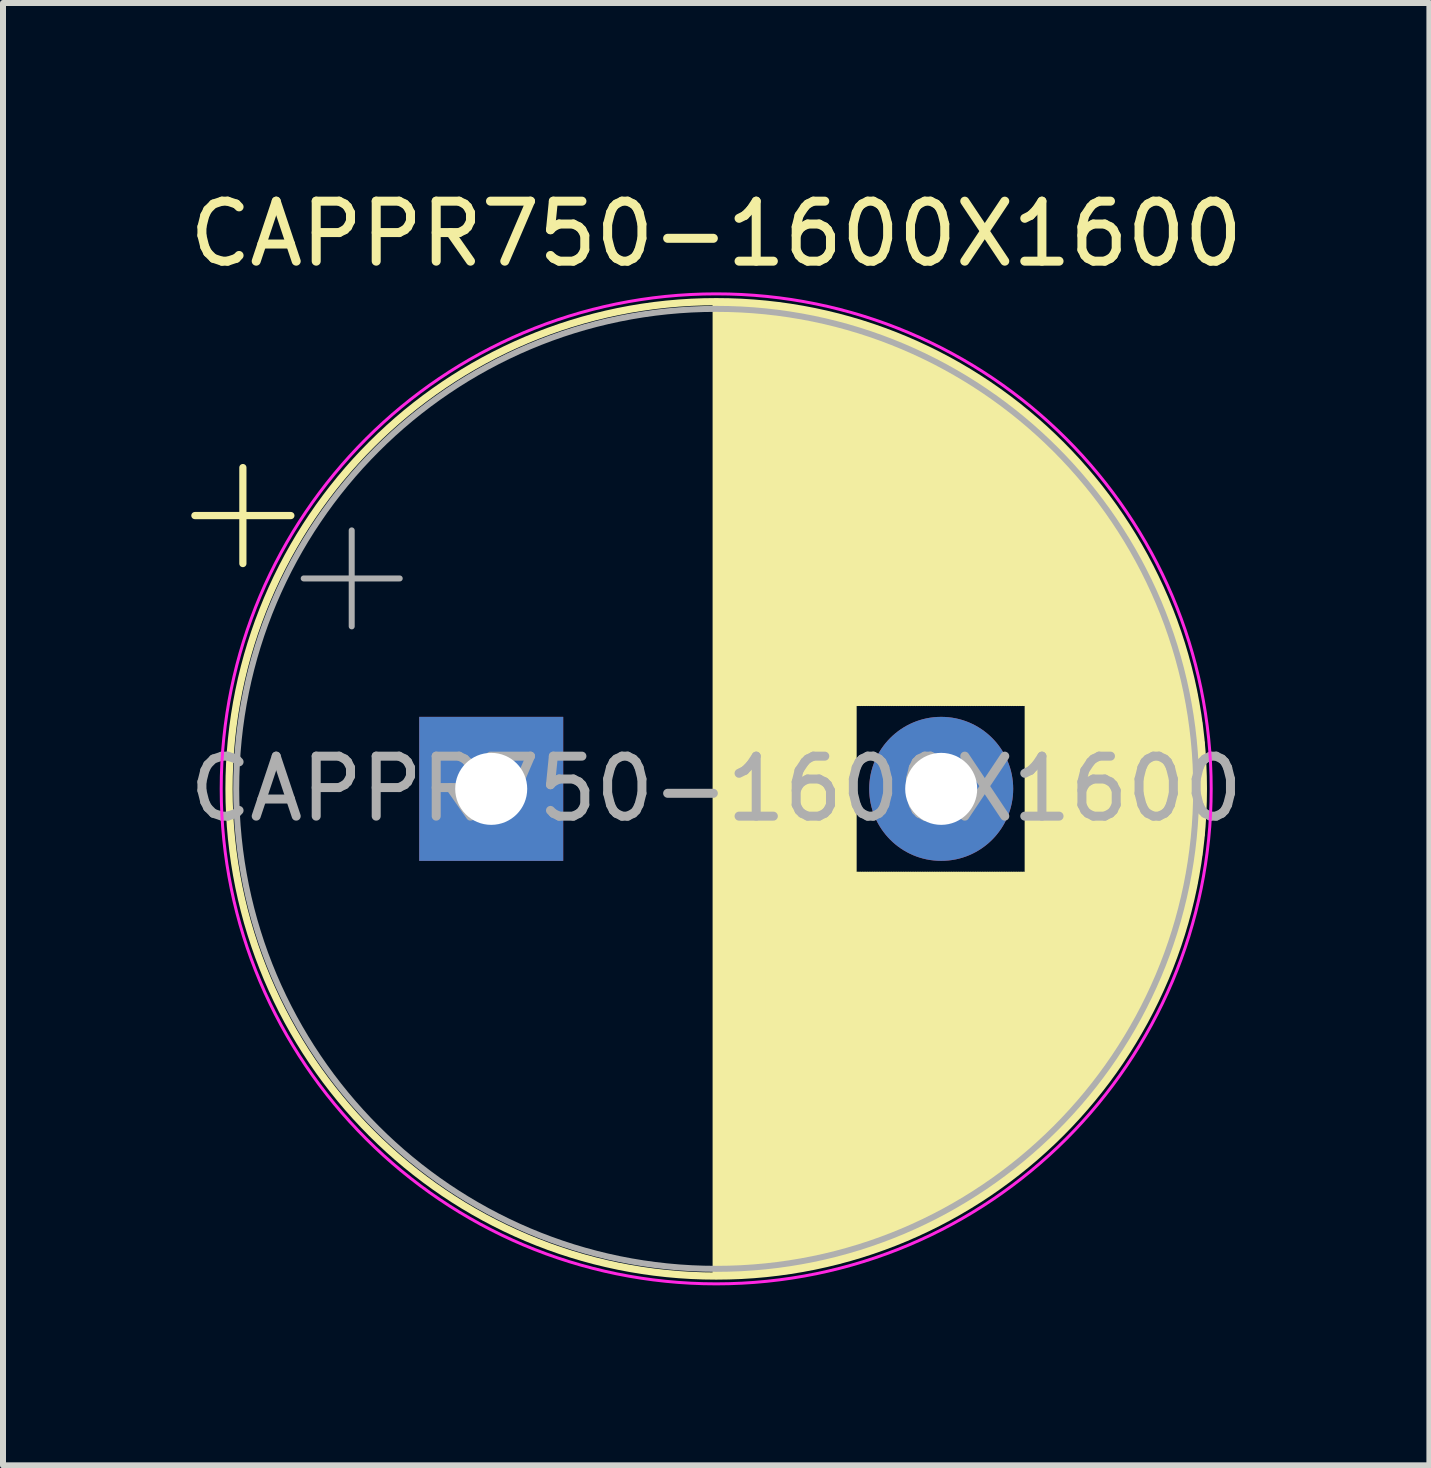
<source format=kicad_pcb>
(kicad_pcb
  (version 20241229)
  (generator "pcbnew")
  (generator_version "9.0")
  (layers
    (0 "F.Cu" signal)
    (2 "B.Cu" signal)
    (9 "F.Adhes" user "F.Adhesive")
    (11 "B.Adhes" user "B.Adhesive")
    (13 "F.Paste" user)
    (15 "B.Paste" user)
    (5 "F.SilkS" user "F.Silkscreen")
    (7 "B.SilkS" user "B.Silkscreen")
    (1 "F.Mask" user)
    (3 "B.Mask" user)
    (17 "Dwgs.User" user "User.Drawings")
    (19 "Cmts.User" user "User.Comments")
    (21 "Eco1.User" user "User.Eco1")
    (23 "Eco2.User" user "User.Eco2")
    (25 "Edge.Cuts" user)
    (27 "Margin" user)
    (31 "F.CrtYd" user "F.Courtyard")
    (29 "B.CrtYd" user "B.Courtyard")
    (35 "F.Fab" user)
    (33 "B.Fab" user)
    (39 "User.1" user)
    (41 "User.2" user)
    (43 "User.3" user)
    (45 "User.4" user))
  (footprint "CAPPR750-1600X1600"
    (layer "F.Cu")
    (at 5.137 10.098)
    (property "Reference" "CAPPR750-1600X1600" (at 3.75 -9.25 0) (layer "F.SilkS") (effects (font (size 1 1) (thickness 0.15))))
    (attr through_hole)
    (fp_line (start -4.939 -4.555) (end -3.339 -4.555) (stroke (width 0.12) (type solid)) (layer "F.SilkS"))
    (fp_line (start -4.139 -5.355) (end -4.139 -3.755) (stroke (width 0.12) (type solid)) (layer "F.SilkS"))
    (fp_line (start 3.75 -8.081) (end 3.75 8.081) (stroke (width 0.12) (type solid)) (layer "F.SilkS"))
    (fp_line (start 3.79 -8.08) (end 3.79 8.08) (stroke (width 0.12) (type solid)) (layer "F.SilkS"))
    (fp_line (start 3.83 -8.08) (end 3.83 8.08) (stroke (width 0.12) (type solid)) (layer "F.SilkS"))
    (fp_line (start 3.87 -8.08) (end 3.87 8.08) (stroke (width 0.12) (type solid)) (layer "F.SilkS"))
    (fp_line (start 3.91 -8.079) (end 3.91 8.079) (stroke (width 0.12) (type solid)) (layer "F.SilkS"))
    (fp_line (start 3.95 -8.078) (end 3.95 8.078) (stroke (width 0.12) (type solid)) (layer "F.SilkS"))
    (fp_line (start 3.99 -8.077) (end 3.99 8.077) (stroke (width 0.12) (type solid)) (layer "F.SilkS"))
    (fp_line (start 4.03 -8.076) (end 4.03 8.076) (stroke (width 0.12) (type solid)) (layer "F.SilkS"))
    (fp_line (start 4.07 -8.074) (end 4.07 8.074) (stroke (width 0.12) (type solid)) (layer "F.SilkS"))
    (fp_line (start 4.11 -8.073) (end 4.11 8.073) (stroke (width 0.12) (type solid)) (layer "F.SilkS"))
    (fp_line (start 4.15 -8.071) (end 4.15 8.071) (stroke (width 0.12) (type solid)) (layer "F.SilkS"))
    (fp_line (start 4.19 -8.069) (end 4.19 8.069) (stroke (width 0.12) (type solid)) (layer "F.SilkS"))
    (fp_line (start 4.23 -8.066) (end 4.23 8.066) (stroke (width 0.12) (type solid)) (layer "F.SilkS"))
    (fp_line (start 4.27 -8.064) (end 4.27 8.064) (stroke (width 0.12) (type solid)) (layer "F.SilkS"))
    (fp_line (start 4.31 -8.061) (end 4.31 8.061) (stroke (width 0.12) (type solid)) (layer "F.SilkS"))
    (fp_line (start 4.35 -8.058) (end 4.35 8.058) (stroke (width 0.12) (type solid)) (layer "F.SilkS"))
    (fp_line (start 4.39 -8.055) (end 4.39 8.055) (stroke (width 0.12) (type solid)) (layer "F.SilkS"))
    (fp_line (start 4.43 -8.052) (end 4.43 8.052) (stroke (width 0.12) (type solid)) (layer "F.SilkS"))
    (fp_line (start 4.471 -8.049) (end 4.471 8.049) (stroke (width 0.12) (type solid)) (layer "F.SilkS"))
    (fp_line (start 4.511 -8.045) (end 4.511 8.045) (stroke (width 0.12) (type solid)) (layer "F.SilkS"))
    (fp_line (start 4.551 -8.041) (end 4.551 8.041) (stroke (width 0.12) (type solid)) (layer "F.SilkS"))
    (fp_line (start 4.591 -8.037) (end 4.591 8.037) (stroke (width 0.12) (type solid)) (layer "F.SilkS"))
    (fp_line (start 4.631 -8.033) (end 4.631 8.033) (stroke (width 0.12) (type solid)) (layer "F.SilkS"))
    (fp_line (start 4.671 -8.028) (end 4.671 8.028) (stroke (width 0.12) (type solid)) (layer "F.SilkS"))
    (fp_line (start 4.711 -8.024) (end 4.711 8.024) (stroke (width 0.12) (type solid)) (layer "F.SilkS"))
    (fp_line (start 4.751 -8.019) (end 4.751 8.019) (stroke (width 0.12) (type solid)) (layer "F.SilkS"))
    (fp_line (start 4.791 -8.014) (end 4.791 8.014) (stroke (width 0.12) (type solid)) (layer "F.SilkS"))
    (fp_line (start 4.831 -8.008) (end 4.831 8.008) (stroke (width 0.12) (type solid)) (layer "F.SilkS"))
    (fp_line (start 4.871 -8.003) (end 4.871 8.003) (stroke (width 0.12) (type solid)) (layer "F.SilkS"))
    (fp_line (start 4.911 -7.997) (end 4.911 7.997) (stroke (width 0.12) (type solid)) (layer "F.SilkS"))
    (fp_line (start 4.951 -7.991) (end 4.951 7.991) (stroke (width 0.12) (type solid)) (layer "F.SilkS"))
    (fp_line (start 4.991 -7.985) (end 4.991 7.985) (stroke (width 0.12) (type solid)) (layer "F.SilkS"))
    (fp_line (start 5.031 -7.979) (end 5.031 7.979) (stroke (width 0.12) (type solid)) (layer "F.SilkS"))
    (fp_line (start 5.071 -7.972) (end 5.071 7.972) (stroke (width 0.12) (type solid)) (layer "F.SilkS"))
    (fp_line (start 5.111 -7.966) (end 5.111 7.966) (stroke (width 0.12) (type solid)) (layer "F.SilkS"))
    (fp_line (start 5.151 -7.959) (end 5.151 7.959) (stroke (width 0.12) (type solid)) (layer "F.SilkS"))
    (fp_line (start 5.191 -7.952) (end 5.191 7.952) (stroke (width 0.12) (type solid)) (layer "F.SilkS"))
    (fp_line (start 5.231 -7.944) (end 5.231 7.944) (stroke (width 0.12) (type solid)) (layer "F.SilkS"))
    (fp_line (start 5.271 -7.937) (end 5.271 7.937) (stroke (width 0.12) (type solid)) (layer "F.SilkS"))
    (fp_line (start 5.311 -7.929) (end 5.311 7.929) (stroke (width 0.12) (type solid)) (layer "F.SilkS"))
    (fp_line (start 5.351 -7.921) (end 5.351 7.921) (stroke (width 0.12) (type solid)) (layer "F.SilkS"))
    (fp_line (start 5.391 -7.913) (end 5.391 7.913) (stroke (width 0.12) (type solid)) (layer "F.SilkS"))
    (fp_line (start 5.431 -7.905) (end 5.431 7.905) (stroke (width 0.12) (type solid)) (layer "F.SilkS"))
    (fp_line (start 5.471 -7.896) (end 5.471 7.896) (stroke (width 0.12) (type solid)) (layer "F.SilkS"))
    (fp_line (start 5.511 -7.887) (end 5.511 7.887) (stroke (width 0.12) (type solid)) (layer "F.SilkS"))
    (fp_line (start 5.551 -7.878) (end 5.551 7.878) (stroke (width 0.12) (type solid)) (layer "F.SilkS"))
    (fp_line (start 5.591 -7.869) (end 5.591 7.869) (stroke (width 0.12) (type solid)) (layer "F.SilkS"))
    (fp_line (start 5.631 -7.86) (end 5.631 7.86) (stroke (width 0.12) (type solid)) (layer "F.SilkS"))
    (fp_line (start 5.671 -7.85) (end 5.671 7.85) (stroke (width 0.12) (type solid)) (layer "F.SilkS"))
    (fp_line (start 5.711 -7.84) (end 5.711 7.84) (stroke (width 0.12) (type solid)) (layer "F.SilkS"))
    (fp_line (start 5.751 -7.83) (end 5.751 7.83) (stroke (width 0.12) (type solid)) (layer "F.SilkS"))
    (fp_line (start 5.791 -7.82) (end 5.791 7.82) (stroke (width 0.12) (type solid)) (layer "F.SilkS"))
    (fp_line (start 5.831 -7.81) (end 5.831 7.81) (stroke (width 0.12) (type solid)) (layer "F.SilkS"))
    (fp_line (start 5.871 -7.799) (end 5.871 7.799) (stroke (width 0.12) (type solid)) (layer "F.SilkS"))
    (fp_line (start 5.911 -7.788) (end 5.911 7.788) (stroke (width 0.12) (type solid)) (layer "F.SilkS"))
    (fp_line (start 5.951 -7.777) (end 5.951 7.777) (stroke (width 0.12) (type solid)) (layer "F.SilkS"))
    (fp_line (start 5.991 -7.765) (end 5.991 7.765) (stroke (width 0.12) (type solid)) (layer "F.SilkS"))
    (fp_line (start 6.031 -7.754) (end 6.031 7.754) (stroke (width 0.12) (type solid)) (layer "F.SilkS"))
    (fp_line (start 6.071 -7.742) (end 6.071 -1.44) (stroke (width 0.12) (type solid)) (layer "F.SilkS"))
    (fp_line (start 6.071 1.44) (end 6.071 7.742) (stroke (width 0.12) (type solid)) (layer "F.SilkS"))
    (fp_line (start 6.111 -7.73) (end 6.111 -1.44) (stroke (width 0.12) (type solid)) (layer "F.SilkS"))
    (fp_line (start 6.111 1.44) (end 6.111 7.73) (stroke (width 0.12) (type solid)) (layer "F.SilkS"))
    (fp_line (start 6.151 -7.718) (end 6.151 -1.44) (stroke (width 0.12) (type solid)) (layer "F.SilkS"))
    (fp_line (start 6.151 1.44) (end 6.151 7.718) (stroke (width 0.12) (type solid)) (layer "F.SilkS"))
    (fp_line (start 6.191 -7.705) (end 6.191 -1.44) (stroke (width 0.12) (type solid)) (layer "F.SilkS"))
    (fp_line (start 6.191 1.44) (end 6.191 7.705) (stroke (width 0.12) (type solid)) (layer "F.SilkS"))
    (fp_line (start 6.231 -7.693) (end 6.231 -1.44) (stroke (width 0.12) (type solid)) (layer "F.SilkS"))
    (fp_line (start 6.231 1.44) (end 6.231 7.693) (stroke (width 0.12) (type solid)) (layer "F.SilkS"))
    (fp_line (start 6.271 -7.68) (end 6.271 -1.44) (stroke (width 0.12) (type solid)) (layer "F.SilkS"))
    (fp_line (start 6.271 1.44) (end 6.271 7.68) (stroke (width 0.12) (type solid)) (layer "F.SilkS"))
    (fp_line (start 6.311 -7.666) (end 6.311 -1.44) (stroke (width 0.12) (type solid)) (layer "F.SilkS"))
    (fp_line (start 6.311 1.44) (end 6.311 7.666) (stroke (width 0.12) (type solid)) (layer "F.SilkS"))
    (fp_line (start 6.351 -7.653) (end 6.351 -1.44) (stroke (width 0.12) (type solid)) (layer "F.SilkS"))
    (fp_line (start 6.351 1.44) (end 6.351 7.653) (stroke (width 0.12) (type solid)) (layer "F.SilkS"))
    (fp_line (start 6.391 -7.639) (end 6.391 -1.44) (stroke (width 0.12) (type solid)) (layer "F.SilkS"))
    (fp_line (start 6.391 1.44) (end 6.391 7.639) (stroke (width 0.12) (type solid)) (layer "F.SilkS"))
    (fp_line (start 6.431 -7.625) (end 6.431 -1.44) (stroke (width 0.12) (type solid)) (layer "F.SilkS"))
    (fp_line (start 6.431 1.44) (end 6.431 7.625) (stroke (width 0.12) (type solid)) (layer "F.SilkS"))
    (fp_line (start 6.471 -7.611) (end 6.471 -1.44) (stroke (width 0.12) (type solid)) (layer "F.SilkS"))
    (fp_line (start 6.471 1.44) (end 6.471 7.611) (stroke (width 0.12) (type solid)) (layer "F.SilkS"))
    (fp_line (start 6.511 -7.597) (end 6.511 -1.44) (stroke (width 0.12) (type solid)) (layer "F.SilkS"))
    (fp_line (start 6.511 1.44) (end 6.511 7.597) (stroke (width 0.12) (type solid)) (layer "F.SilkS"))
    (fp_line (start 6.551 -7.582) (end 6.551 -1.44) (stroke (width 0.12) (type solid)) (layer "F.SilkS"))
    (fp_line (start 6.551 1.44) (end 6.551 7.582) (stroke (width 0.12) (type solid)) (layer "F.SilkS"))
    (fp_line (start 6.591 -7.568) (end 6.591 -1.44) (stroke (width 0.12) (type solid)) (layer "F.SilkS"))
    (fp_line (start 6.591 1.44) (end 6.591 7.568) (stroke (width 0.12) (type solid)) (layer "F.SilkS"))
    (fp_line (start 6.631 -7.553) (end 6.631 -1.44) (stroke (width 0.12) (type solid)) (layer "F.SilkS"))
    (fp_line (start 6.631 1.44) (end 6.631 7.553) (stroke (width 0.12) (type solid)) (layer "F.SilkS"))
    (fp_line (start 6.671 -7.537) (end 6.671 -1.44) (stroke (width 0.12) (type solid)) (layer "F.SilkS"))
    (fp_line (start 6.671 1.44) (end 6.671 7.537) (stroke (width 0.12) (type solid)) (layer "F.SilkS"))
    (fp_line (start 6.711 -7.522) (end 6.711 -1.44) (stroke (width 0.12) (type solid)) (layer "F.SilkS"))
    (fp_line (start 6.711 1.44) (end 6.711 7.522) (stroke (width 0.12) (type solid)) (layer "F.SilkS"))
    (fp_line (start 6.751 -7.506) (end 6.751 -1.44) (stroke (width 0.12) (type solid)) (layer "F.SilkS"))
    (fp_line (start 6.751 1.44) (end 6.751 7.506) (stroke (width 0.12) (type solid)) (layer "F.SilkS"))
    (fp_line (start 6.791 -7.49) (end 6.791 -1.44) (stroke (width 0.12) (type solid)) (layer "F.SilkS"))
    (fp_line (start 6.791 1.44) (end 6.791 7.49) (stroke (width 0.12) (type solid)) (layer "F.SilkS"))
    (fp_line (start 6.831 -7.474) (end 6.831 -1.44) (stroke (width 0.12) (type solid)) (layer "F.SilkS"))
    (fp_line (start 6.831 1.44) (end 6.831 7.474) (stroke (width 0.12) (type solid)) (layer "F.SilkS"))
    (fp_line (start 6.871 -7.457) (end 6.871 -1.44) (stroke (width 0.12) (type solid)) (layer "F.SilkS"))
    (fp_line (start 6.871 1.44) (end 6.871 7.457) (stroke (width 0.12) (type solid)) (layer "F.SilkS"))
    (fp_line (start 6.911 -7.44) (end 6.911 -1.44) (stroke (width 0.12) (type solid)) (layer "F.SilkS"))
    (fp_line (start 6.911 1.44) (end 6.911 7.44) (stroke (width 0.12) (type solid)) (layer "F.SilkS"))
    (fp_line (start 6.951 -7.423) (end 6.951 -1.44) (stroke (width 0.12) (type solid)) (layer "F.SilkS"))
    (fp_line (start 6.951 1.44) (end 6.951 7.423) (stroke (width 0.12) (type solid)) (layer "F.SilkS"))
    (fp_line (start 6.991 -7.406) (end 6.991 -1.44) (stroke (width 0.12) (type solid)) (layer "F.SilkS"))
    (fp_line (start 6.991 1.44) (end 6.991 7.406) (stroke (width 0.12) (type solid)) (layer "F.SilkS"))
    (fp_line (start 7.031 -7.389) (end 7.031 -1.44) (stroke (width 0.12) (type solid)) (layer "F.SilkS"))
    (fp_line (start 7.031 1.44) (end 7.031 7.389) (stroke (width 0.12) (type solid)) (layer "F.SilkS"))
    (fp_line (start 7.071 -7.371) (end 7.071 -1.44) (stroke (width 0.12) (type solid)) (layer "F.SilkS"))
    (fp_line (start 7.071 1.44) (end 7.071 7.371) (stroke (width 0.12) (type solid)) (layer "F.SilkS"))
    (fp_line (start 7.111 -7.353) (end 7.111 -1.44) (stroke (width 0.12) (type solid)) (layer "F.SilkS"))
    (fp_line (start 7.111 1.44) (end 7.111 7.353) (stroke (width 0.12) (type solid)) (layer "F.SilkS"))
    (fp_line (start 7.151 -7.334) (end 7.151 -1.44) (stroke (width 0.12) (type solid)) (layer "F.SilkS"))
    (fp_line (start 7.151 1.44) (end 7.151 7.334) (stroke (width 0.12) (type solid)) (layer "F.SilkS"))
    (fp_line (start 7.191 -7.316) (end 7.191 -1.44) (stroke (width 0.12) (type solid)) (layer "F.SilkS"))
    (fp_line (start 7.191 1.44) (end 7.191 7.316) (stroke (width 0.12) (type solid)) (layer "F.SilkS"))
    (fp_line (start 7.231 -7.297) (end 7.231 -1.44) (stroke (width 0.12) (type solid)) (layer "F.SilkS"))
    (fp_line (start 7.231 1.44) (end 7.231 7.297) (stroke (width 0.12) (type solid)) (layer "F.SilkS"))
    (fp_line (start 7.271 -7.278) (end 7.271 -1.44) (stroke (width 0.12) (type solid)) (layer "F.SilkS"))
    (fp_line (start 7.271 1.44) (end 7.271 7.278) (stroke (width 0.12) (type solid)) (layer "F.SilkS"))
    (fp_line (start 7.311 -7.258) (end 7.311 -1.44) (stroke (width 0.12) (type solid)) (layer "F.SilkS"))
    (fp_line (start 7.311 1.44) (end 7.311 7.258) (stroke (width 0.12) (type solid)) (layer "F.SilkS"))
    (fp_line (start 7.351 -7.239) (end 7.351 -1.44) (stroke (width 0.12) (type solid)) (layer "F.SilkS"))
    (fp_line (start 7.351 1.44) (end 7.351 7.239) (stroke (width 0.12) (type solid)) (layer "F.SilkS"))
    (fp_line (start 7.391 -7.219) (end 7.391 -1.44) (stroke (width 0.12) (type solid)) (layer "F.SilkS"))
    (fp_line (start 7.391 1.44) (end 7.391 7.219) (stroke (width 0.12) (type solid)) (layer "F.SilkS"))
    (fp_line (start 7.431 -7.199) (end 7.431 -1.44) (stroke (width 0.12) (type solid)) (layer "F.SilkS"))
    (fp_line (start 7.431 1.44) (end 7.431 7.199) (stroke (width 0.12) (type solid)) (layer "F.SilkS"))
    (fp_line (start 7.471 -7.178) (end 7.471 -1.44) (stroke (width 0.12) (type solid)) (layer "F.SilkS"))
    (fp_line (start 7.471 1.44) (end 7.471 7.178) (stroke (width 0.12) (type solid)) (layer "F.SilkS"))
    (fp_line (start 7.511 -7.157) (end 7.511 -1.44) (stroke (width 0.12) (type solid)) (layer "F.SilkS"))
    (fp_line (start 7.511 1.44) (end 7.511 7.157) (stroke (width 0.12) (type solid)) (layer "F.SilkS"))
    (fp_line (start 7.551 -7.136) (end 7.551 -1.44) (stroke (width 0.12) (type solid)) (layer "F.SilkS"))
    (fp_line (start 7.551 1.44) (end 7.551 7.136) (stroke (width 0.12) (type solid)) (layer "F.SilkS"))
    (fp_line (start 7.591 -7.115) (end 7.591 -1.44) (stroke (width 0.12) (type solid)) (layer "F.SilkS"))
    (fp_line (start 7.591 1.44) (end 7.591 7.115) (stroke (width 0.12) (type solid)) (layer "F.SilkS"))
    (fp_line (start 7.631 -7.094) (end 7.631 -1.44) (stroke (width 0.12) (type solid)) (layer "F.SilkS"))
    (fp_line (start 7.631 1.44) (end 7.631 7.094) (stroke (width 0.12) (type solid)) (layer "F.SilkS"))
    (fp_line (start 7.671 -7.072) (end 7.671 -1.44) (stroke (width 0.12) (type solid)) (layer "F.SilkS"))
    (fp_line (start 7.671 1.44) (end 7.671 7.072) (stroke (width 0.12) (type solid)) (layer "F.SilkS"))
    (fp_line (start 7.711 -7.049) (end 7.711 -1.44) (stroke (width 0.12) (type solid)) (layer "F.SilkS"))
    (fp_line (start 7.711 1.44) (end 7.711 7.049) (stroke (width 0.12) (type solid)) (layer "F.SilkS"))
    (fp_line (start 7.751 -7.027) (end 7.751 -1.44) (stroke (width 0.12) (type solid)) (layer "F.SilkS"))
    (fp_line (start 7.751 1.44) (end 7.751 7.027) (stroke (width 0.12) (type solid)) (layer "F.SilkS"))
    (fp_line (start 7.791 -7.004) (end 7.791 -1.44) (stroke (width 0.12) (type solid)) (layer "F.SilkS"))
    (fp_line (start 7.791 1.44) (end 7.791 7.004) (stroke (width 0.12) (type solid)) (layer "F.SilkS"))
    (fp_line (start 7.831 -6.981) (end 7.831 -1.44) (stroke (width 0.12) (type solid)) (layer "F.SilkS"))
    (fp_line (start 7.831 1.44) (end 7.831 6.981) (stroke (width 0.12) (type solid)) (layer "F.SilkS"))
    (fp_line (start 7.871 -6.958) (end 7.871 -1.44) (stroke (width 0.12) (type solid)) (layer "F.SilkS"))
    (fp_line (start 7.871 1.44) (end 7.871 6.958) (stroke (width 0.12) (type solid)) (layer "F.SilkS"))
    (fp_line (start 7.911 -6.934) (end 7.911 -1.44) (stroke (width 0.12) (type solid)) (layer "F.SilkS"))
    (fp_line (start 7.911 1.44) (end 7.911 6.934) (stroke (width 0.12) (type solid)) (layer "F.SilkS"))
    (fp_line (start 7.951 -6.91) (end 7.951 -1.44) (stroke (width 0.12) (type solid)) (layer "F.SilkS"))
    (fp_line (start 7.951 1.44) (end 7.951 6.91) (stroke (width 0.12) (type solid)) (layer "F.SilkS"))
    (fp_line (start 7.991 -6.886) (end 7.991 -1.44) (stroke (width 0.12) (type solid)) (layer "F.SilkS"))
    (fp_line (start 7.991 1.44) (end 7.991 6.886) (stroke (width 0.12) (type solid)) (layer "F.SilkS"))
    (fp_line (start 8.031 -6.861) (end 8.031 -1.44) (stroke (width 0.12) (type solid)) (layer "F.SilkS"))
    (fp_line (start 8.031 1.44) (end 8.031 6.861) (stroke (width 0.12) (type solid)) (layer "F.SilkS"))
    (fp_line (start 8.071 -6.836) (end 8.071 -1.44) (stroke (width 0.12) (type solid)) (layer "F.SilkS"))
    (fp_line (start 8.071 1.44) (end 8.071 6.836) (stroke (width 0.12) (type solid)) (layer "F.SilkS"))
    (fp_line (start 8.111 -6.811) (end 8.111 -1.44) (stroke (width 0.12) (type solid)) (layer "F.SilkS"))
    (fp_line (start 8.111 1.44) (end 8.111 6.811) (stroke (width 0.12) (type solid)) (layer "F.SilkS"))
    (fp_line (start 8.151 -6.785) (end 8.151 -1.44) (stroke (width 0.12) (type solid)) (layer "F.SilkS"))
    (fp_line (start 8.151 1.44) (end 8.151 6.785) (stroke (width 0.12) (type solid)) (layer "F.SilkS"))
    (fp_line (start 8.191 -6.759) (end 8.191 -1.44) (stroke (width 0.12) (type solid)) (layer "F.SilkS"))
    (fp_line (start 8.191 1.44) (end 8.191 6.759) (stroke (width 0.12) (type solid)) (layer "F.SilkS"))
    (fp_line (start 8.231 -6.733) (end 8.231 -1.44) (stroke (width 0.12) (type solid)) (layer "F.SilkS"))
    (fp_line (start 8.231 1.44) (end 8.231 6.733) (stroke (width 0.12) (type solid)) (layer "F.SilkS"))
    (fp_line (start 8.271 -6.706) (end 8.271 -1.44) (stroke (width 0.12) (type solid)) (layer "F.SilkS"))
    (fp_line (start 8.271 1.44) (end 8.271 6.706) (stroke (width 0.12) (type solid)) (layer "F.SilkS"))
    (fp_line (start 8.311 -6.679) (end 8.311 -1.44) (stroke (width 0.12) (type solid)) (layer "F.SilkS"))
    (fp_line (start 8.311 1.44) (end 8.311 6.679) (stroke (width 0.12) (type solid)) (layer "F.SilkS"))
    (fp_line (start 8.351 -6.652) (end 8.351 -1.44) (stroke (width 0.12) (type solid)) (layer "F.SilkS"))
    (fp_line (start 8.351 1.44) (end 8.351 6.652) (stroke (width 0.12) (type solid)) (layer "F.SilkS"))
    (fp_line (start 8.391 -6.624) (end 8.391 -1.44) (stroke (width 0.12) (type solid)) (layer "F.SilkS"))
    (fp_line (start 8.391 1.44) (end 8.391 6.624) (stroke (width 0.12) (type solid)) (layer "F.SilkS"))
    (fp_line (start 8.431 -6.596) (end 8.431 -1.44) (stroke (width 0.12) (type solid)) (layer "F.SilkS"))
    (fp_line (start 8.431 1.44) (end 8.431 6.596) (stroke (width 0.12) (type solid)) (layer "F.SilkS"))
    (fp_line (start 8.471 -6.568) (end 8.471 -1.44) (stroke (width 0.12) (type solid)) (layer "F.SilkS"))
    (fp_line (start 8.471 1.44) (end 8.471 6.568) (stroke (width 0.12) (type solid)) (layer "F.SilkS"))
    (fp_line (start 8.511 -6.539) (end 8.511 -1.44) (stroke (width 0.12) (type solid)) (layer "F.SilkS"))
    (fp_line (start 8.511 1.44) (end 8.511 6.539) (stroke (width 0.12) (type solid)) (layer "F.SilkS"))
    (fp_line (start 8.551 -6.51) (end 8.551 -1.44) (stroke (width 0.12) (type solid)) (layer "F.SilkS"))
    (fp_line (start 8.551 1.44) (end 8.551 6.51) (stroke (width 0.12) (type solid)) (layer "F.SilkS"))
    (fp_line (start 8.591 -6.48) (end 8.591 -1.44) (stroke (width 0.12) (type solid)) (layer "F.SilkS"))
    (fp_line (start 8.591 1.44) (end 8.591 6.48) (stroke (width 0.12) (type solid)) (layer "F.SilkS"))
    (fp_line (start 8.631 -6.45) (end 8.631 -1.44) (stroke (width 0.12) (type solid)) (layer "F.SilkS"))
    (fp_line (start 8.631 1.44) (end 8.631 6.45) (stroke (width 0.12) (type solid)) (layer "F.SilkS"))
    (fp_line (start 8.671 -6.42) (end 8.671 -1.44) (stroke (width 0.12) (type solid)) (layer "F.SilkS"))
    (fp_line (start 8.671 1.44) (end 8.671 6.42) (stroke (width 0.12) (type solid)) (layer "F.SilkS"))
    (fp_line (start 8.711 -6.39) (end 8.711 -1.44) (stroke (width 0.12) (type solid)) (layer "F.SilkS"))
    (fp_line (start 8.711 1.44) (end 8.711 6.39) (stroke (width 0.12) (type solid)) (layer "F.SilkS"))
    (fp_line (start 8.751 -6.358) (end 8.751 -1.44) (stroke (width 0.12) (type solid)) (layer "F.SilkS"))
    (fp_line (start 8.751 1.44) (end 8.751 6.358) (stroke (width 0.12) (type solid)) (layer "F.SilkS"))
    (fp_line (start 8.791 -6.327) (end 8.791 -1.44) (stroke (width 0.12) (type solid)) (layer "F.SilkS"))
    (fp_line (start 8.791 1.44) (end 8.791 6.327) (stroke (width 0.12) (type solid)) (layer "F.SilkS"))
    (fp_line (start 8.831 -6.295) (end 8.831 -1.44) (stroke (width 0.12) (type solid)) (layer "F.SilkS"))
    (fp_line (start 8.831 1.44) (end 8.831 6.295) (stroke (width 0.12) (type solid)) (layer "F.SilkS"))
    (fp_line (start 8.871 -6.263) (end 8.871 -1.44) (stroke (width 0.12) (type solid)) (layer "F.SilkS"))
    (fp_line (start 8.871 1.44) (end 8.871 6.263) (stroke (width 0.12) (type solid)) (layer "F.SilkS"))
    (fp_line (start 8.911 -6.23) (end 8.911 -1.44) (stroke (width 0.12) (type solid)) (layer "F.SilkS"))
    (fp_line (start 8.911 1.44) (end 8.911 6.23) (stroke (width 0.12) (type solid)) (layer "F.SilkS"))
    (fp_line (start 8.951 -6.197) (end 8.951 6.197) (stroke (width 0.12) (type solid)) (layer "F.SilkS"))
    (fp_line (start 8.991 -6.163) (end 8.991 6.163) (stroke (width 0.12) (type solid)) (layer "F.SilkS"))
    (fp_line (start 9.031 -6.129) (end 9.031 6.129) (stroke (width 0.12) (type solid)) (layer "F.SilkS"))
    (fp_line (start 9.071 -6.095) (end 9.071 6.095) (stroke (width 0.12) (type solid)) (layer "F.SilkS"))
    (fp_line (start 9.111 -6.06) (end 9.111 6.06) (stroke (width 0.12) (type solid)) (layer "F.SilkS"))
    (fp_line (start 9.151 -6.025) (end 9.151 6.025) (stroke (width 0.12) (type solid)) (layer "F.SilkS"))
    (fp_line (start 9.191 -5.989) (end 9.191 5.989) (stroke (width 0.12) (type solid)) (layer "F.SilkS"))
    (fp_line (start 9.231 -5.952) (end 9.231 5.952) (stroke (width 0.12) (type solid)) (layer "F.SilkS"))
    (fp_line (start 9.271 -5.916) (end 9.271 5.916) (stroke (width 0.12) (type solid)) (layer "F.SilkS"))
    (fp_line (start 9.311 -5.878) (end 9.311 5.878) (stroke (width 0.12) (type solid)) (layer "F.SilkS"))
    (fp_line (start 9.351 -5.84) (end 9.351 5.84) (stroke (width 0.12) (type solid)) (layer "F.SilkS"))
    (fp_line (start 9.391 -5.802) (end 9.391 5.802) (stroke (width 0.12) (type solid)) (layer "F.SilkS"))
    (fp_line (start 9.431 -5.763) (end 9.431 5.763) (stroke (width 0.12) (type solid)) (layer "F.SilkS"))
    (fp_line (start 9.471 -5.724) (end 9.471 5.724) (stroke (width 0.12) (type solid)) (layer "F.SilkS"))
    (fp_line (start 9.511 -5.684) (end 9.511 5.684) (stroke (width 0.12) (type solid)) (layer "F.SilkS"))
    (fp_line (start 9.551 -5.643) (end 9.551 5.643) (stroke (width 0.12) (type solid)) (layer "F.SilkS"))
    (fp_line (start 9.591 -5.602) (end 9.591 5.602) (stroke (width 0.12) (type solid)) (layer "F.SilkS"))
    (fp_line (start 9.631 -5.56) (end 9.631 5.56) (stroke (width 0.12) (type solid)) (layer "F.SilkS"))
    (fp_line (start 9.671 -5.518) (end 9.671 5.518) (stroke (width 0.12) (type solid)) (layer "F.SilkS"))
    (fp_line (start 9.711 -5.475) (end 9.711 5.475) (stroke (width 0.12) (type solid)) (layer "F.SilkS"))
    (fp_line (start 9.751 -5.432) (end 9.751 5.432) (stroke (width 0.12) (type solid)) (layer "F.SilkS"))
    (fp_line (start 9.791 -5.388) (end 9.791 5.388) (stroke (width 0.12) (type solid)) (layer "F.SilkS"))
    (fp_line (start 9.831 -5.343) (end 9.831 5.343) (stroke (width 0.12) (type solid)) (layer "F.SilkS"))
    (fp_line (start 9.871 -5.297) (end 9.871 5.297) (stroke (width 0.12) (type solid)) (layer "F.SilkS"))
    (fp_line (start 9.911 -5.251) (end 9.911 5.251) (stroke (width 0.12) (type solid)) (layer "F.SilkS"))
    (fp_line (start 9.951 -5.204) (end 9.951 5.204) (stroke (width 0.12) (type solid)) (layer "F.SilkS"))
    (fp_line (start 9.991 -5.156) (end 9.991 5.156) (stroke (width 0.12) (type solid)) (layer "F.SilkS"))
    (fp_line (start 10.031 -5.108) (end 10.031 5.108) (stroke (width 0.12) (type solid)) (layer "F.SilkS"))
    (fp_line (start 10.071 -5.059) (end 10.071 5.059) (stroke (width 0.12) (type solid)) (layer "F.SilkS"))
    (fp_line (start 10.111 -5.009) (end 10.111 5.009) (stroke (width 0.12) (type solid)) (layer "F.SilkS"))
    (fp_line (start 10.151 -4.958) (end 10.151 4.958) (stroke (width 0.12) (type solid)) (layer "F.SilkS"))
    (fp_line (start 10.191 -4.906) (end 10.191 4.906) (stroke (width 0.12) (type solid)) (layer "F.SilkS"))
    (fp_line (start 10.231 -4.854) (end 10.231 4.854) (stroke (width 0.12) (type solid)) (layer "F.SilkS"))
    (fp_line (start 10.271 -4.8) (end 10.271 4.8) (stroke (width 0.12) (type solid)) (layer "F.SilkS"))
    (fp_line (start 10.311 -4.746) (end 10.311 4.746) (stroke (width 0.12) (type solid)) (layer "F.SilkS"))
    (fp_line (start 10.351 -4.691) (end 10.351 4.691) (stroke (width 0.12) (type solid)) (layer "F.SilkS"))
    (fp_line (start 10.391 -4.634) (end 10.391 4.634) (stroke (width 0.12) (type solid)) (layer "F.SilkS"))
    (fp_line (start 10.431 -4.577) (end 10.431 4.577) (stroke (width 0.12) (type solid)) (layer "F.SilkS"))
    (fp_line (start 10.471 -4.519) (end 10.471 4.519) (stroke (width 0.12) (type solid)) (layer "F.SilkS"))
    (fp_line (start 10.511 -4.459) (end 10.511 4.459) (stroke (width 0.12) (type solid)) (layer "F.SilkS"))
    (fp_line (start 10.551 -4.398) (end 10.551 4.398) (stroke (width 0.12) (type solid)) (layer "F.SilkS"))
    (fp_line (start 10.591 -4.336) (end 10.591 4.336) (stroke (width 0.12) (type solid)) (layer "F.SilkS"))
    (fp_line (start 10.631 -4.273) (end 10.631 4.273) (stroke (width 0.12) (type solid)) (layer "F.SilkS"))
    (fp_line (start 10.671 -4.209) (end 10.671 4.209) (stroke (width 0.12) (type solid)) (layer "F.SilkS"))
    (fp_line (start 10.711 -4.143) (end 10.711 4.143) (stroke (width 0.12) (type solid)) (layer "F.SilkS"))
    (fp_line (start 10.751 -4.076) (end 10.751 4.076) (stroke (width 0.12) (type solid)) (layer "F.SilkS"))
    (fp_line (start 10.791 -4.007) (end 10.791 4.007) (stroke (width 0.12) (type solid)) (layer "F.SilkS"))
    (fp_line (start 10.831 -3.936) (end 10.831 3.936) (stroke (width 0.12) (type solid)) (layer "F.SilkS"))
    (fp_line (start 10.871 -3.864) (end 10.871 3.864) (stroke (width 0.12) (type solid)) (layer "F.SilkS"))
    (fp_line (start 10.911 -3.79) (end 10.911 3.79) (stroke (width 0.12) (type solid)) (layer "F.SilkS"))
    (fp_line (start 10.951 -3.715) (end 10.951 3.715) (stroke (width 0.12) (type solid)) (layer "F.SilkS"))
    (fp_line (start 10.991 -3.637) (end 10.991 3.637) (stroke (width 0.12) (type solid)) (layer "F.SilkS"))
    (fp_line (start 11.031 -3.557) (end 11.031 3.557) (stroke (width 0.12) (type solid)) (layer "F.SilkS"))
    (fp_line (start 11.071 -3.475) (end 11.071 3.475) (stroke (width 0.12) (type solid)) (layer "F.SilkS"))
    (fp_line (start 11.111 -3.39) (end 11.111 3.39) (stroke (width 0.12) (type solid)) (layer "F.SilkS"))
    (fp_line (start 11.151 -3.303) (end 11.151 3.303) (stroke (width 0.12) (type solid)) (layer "F.SilkS"))
    (fp_line (start 11.191 -3.213) (end 11.191 3.213) (stroke (width 0.12) (type solid)) (layer "F.SilkS"))
    (fp_line (start 11.231 -3.12) (end 11.231 3.12) (stroke (width 0.12) (type solid)) (layer "F.SilkS"))
    (fp_line (start 11.271 -3.024) (end 11.271 3.024) (stroke (width 0.12) (type solid)) (layer "F.SilkS"))
    (fp_line (start 11.311 -2.924) (end 11.311 2.924) (stroke (width 0.12) (type solid)) (layer "F.SilkS"))
    (fp_line (start 11.351 -2.82) (end 11.351 2.82) (stroke (width 0.12) (type solid)) (layer "F.SilkS"))
    (fp_line (start 11.391 -2.711) (end 11.391 2.711) (stroke (width 0.12) (type solid)) (layer "F.SilkS"))
    (fp_line (start 11.431 -2.597) (end 11.431 2.597) (stroke (width 0.12) (type solid)) (layer "F.SilkS"))
    (fp_line (start 11.471 -2.478) (end 11.471 2.478) (stroke (width 0.12) (type solid)) (layer "F.SilkS"))
    (fp_line (start 11.511 -2.351) (end 11.511 2.351) (stroke (width 0.12) (type solid)) (layer "F.SilkS"))
    (fp_line (start 11.551 -2.218) (end 11.551 2.218) (stroke (width 0.12) (type solid)) (layer "F.SilkS"))
    (fp_line (start 11.591 -2.074) (end 11.591 2.074) (stroke (width 0.12) (type solid)) (layer "F.SilkS"))
    (fp_line (start 11.631 -1.92) (end 11.631 1.92) (stroke (width 0.12) (type solid)) (layer "F.SilkS"))
    (fp_line (start 11.671 -1.752) (end 11.671 1.752) (stroke (width 0.12) (type solid)) (layer "F.SilkS"))
    (fp_line (start 11.711 -1.564) (end 11.711 1.564) (stroke (width 0.12) (type solid)) (layer "F.SilkS"))
    (fp_line (start 11.751 -1.351) (end 11.751 1.351) (stroke (width 0.12) (type solid)) (layer "F.SilkS"))
    (fp_line (start 11.791 -1.098) (end 11.791 1.098) (stroke (width 0.12) (type solid)) (layer "F.SilkS"))
    (fp_line (start 11.831 -0.765) (end 11.831 0.765) (stroke (width 0.12) (type solid)) (layer "F.SilkS"))
    (fp_circle (center 3.75 0) (end 11.87 0) (stroke (width 0.12) (type solid)) (fill no) (layer "F.SilkS"))
    (fp_circle (center 3.75 0) (end 12 0) (stroke (width 0.05) (type solid)) (fill no) (layer "F.CrtYd"))
    (fp_line (start -3.125 -3.507) (end -1.525 -3.507) (stroke (width 0.1) (type solid)) (layer "F.Fab"))
    (fp_line (start -2.325 -4.308) (end -2.325 -2.708) (stroke (width 0.1) (type solid)) (layer "F.Fab"))
    (fp_circle (center 3.75 0) (end 11.75 0) (stroke (width 0.1) (type solid)) (fill no) (layer "F.Fab"))
    (fp_text user "${REFERENCE}" (at 3.75 0 0) (layer "F.Fab") (effects (font (size 1 1) (thickness 0.15))))
    (pad "1" thru_hole rect (at 0 0) (size 2.4 2.4) (drill 1.2) (layers "*.Cu" "*.Mask"))
    (pad "2" thru_hole circle (at 7.5 0) (size 2.4 2.4) (drill 1.2) (layers "*.Cu" "*.Mask")))
  (gr_rect
    (start -3 -3)
    (end 20.774 21.373)
    (stroke (width 0.1) (type default))
    (fill no)
    (layer "Edge.Cuts")))
</source>
